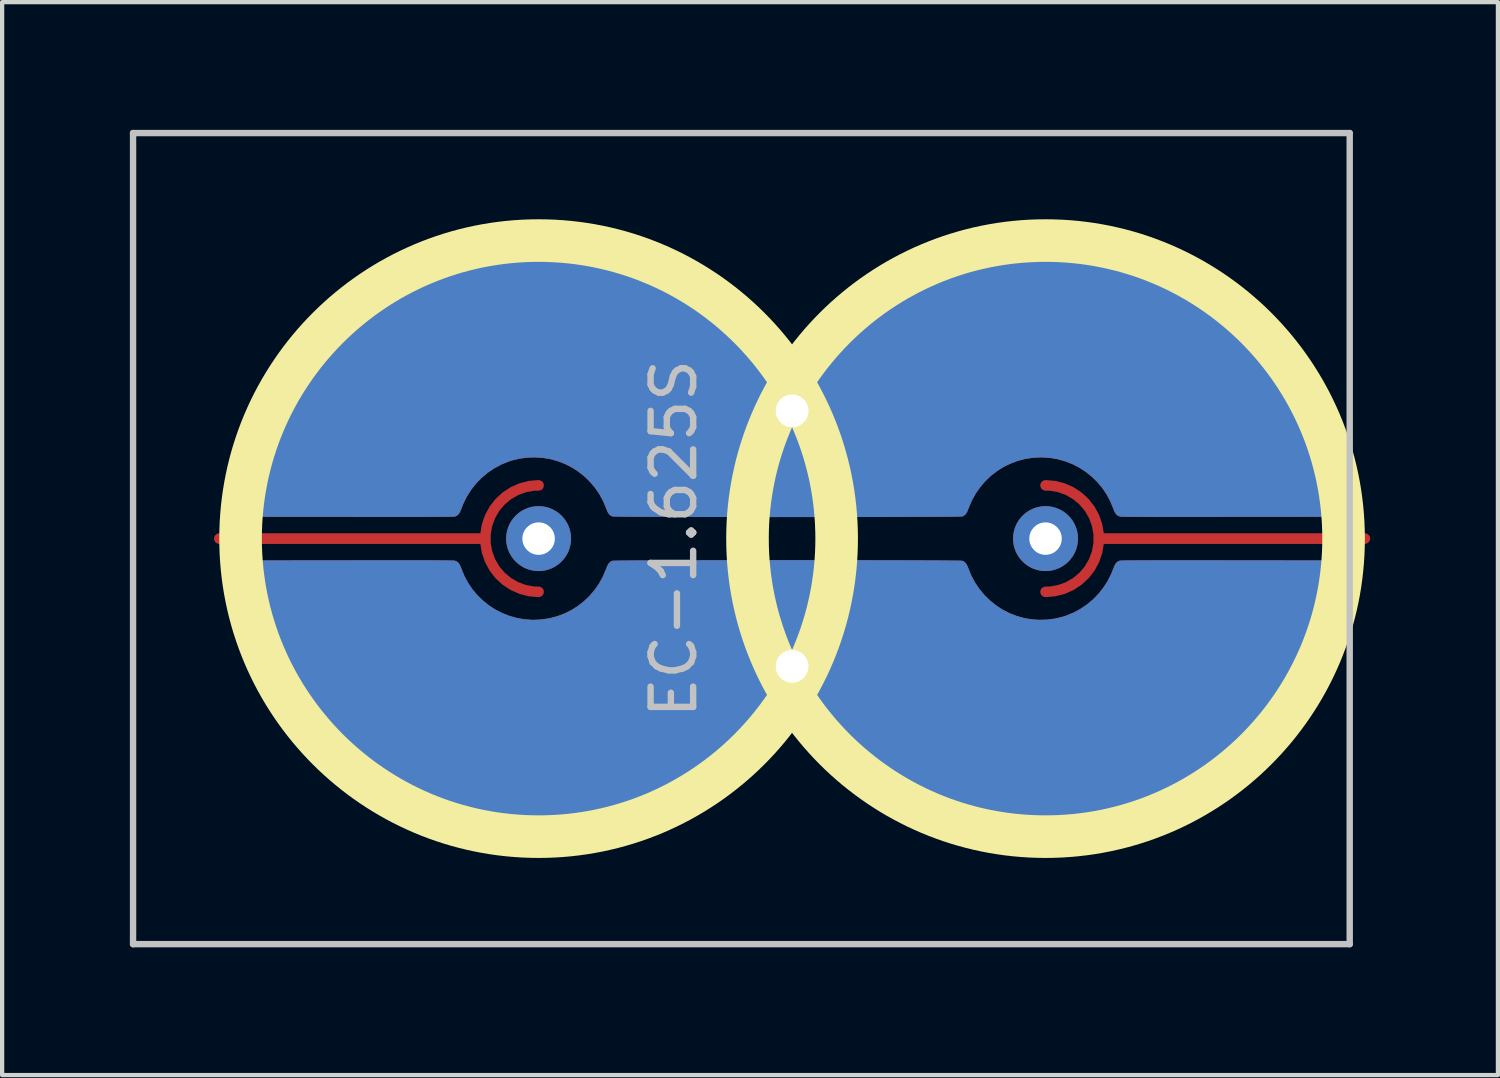
<source format=kicad_pcb>
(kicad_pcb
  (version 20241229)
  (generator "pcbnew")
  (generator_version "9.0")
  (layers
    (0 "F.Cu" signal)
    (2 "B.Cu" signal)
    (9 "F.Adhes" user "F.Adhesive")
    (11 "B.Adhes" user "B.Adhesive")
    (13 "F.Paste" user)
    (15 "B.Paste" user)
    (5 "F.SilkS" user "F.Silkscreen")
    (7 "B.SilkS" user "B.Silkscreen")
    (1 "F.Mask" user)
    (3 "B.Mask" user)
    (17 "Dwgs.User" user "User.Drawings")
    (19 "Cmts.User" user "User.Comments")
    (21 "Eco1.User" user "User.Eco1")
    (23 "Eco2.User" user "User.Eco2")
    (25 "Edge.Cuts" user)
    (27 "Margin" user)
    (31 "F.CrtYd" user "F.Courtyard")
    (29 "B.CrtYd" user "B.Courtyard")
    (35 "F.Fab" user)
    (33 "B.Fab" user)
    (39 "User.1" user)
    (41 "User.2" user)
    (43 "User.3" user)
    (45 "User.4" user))
  (footprint "EC-1.625S"
    (layer "F.Cu")
    (at 9.6 9.6)
    (property "Reference" "EC-1.625S" (at 3.175 0 90) (layer "Dwgs.User") (effects (font (size 1 1) (thickness 0.15))))
    (attr through_hole)
    (fp_circle (center 0 0) (end 7 0) (stroke (width 1) (type solid)) (fill no) (layer "F.SilkS"))
    (fp_circle (center 11.906 0) (end 18.906 0) (stroke (width 1) (type solid)) (fill no) (layer "F.SilkS"))
    (fp_line (start -9.525 -9.525) (end 19.05 -9.525) (stroke (width 0.15) (type solid)) (layer "Dwgs.User"))
    (fp_line (start -9.525 9.525) (end -9.525 -9.525) (stroke (width 0.15) (type solid)) (layer "Dwgs.User"))
    (fp_line (start 19.05 -9.525) (end 19.05 9.525) (stroke (width 0.15) (type solid)) (layer "Dwgs.User"))
    (fp_line (start 19.05 9.525) (end -9.525 9.525) (stroke (width 0.15) (type solid)) (layer "Dwgs.User"))
    (pad "" thru_hole circle (at 0 0 90) (size 1.524 1.524) (drill 0.762) (layers "*.Cu" "B.Mask"))
    (pad "" thru_hole circle (at 11.906 0 90) (size 1.524 1.524) (drill 0.762) (layers "*.Cu" "B.Mask"))
    (pad "1" thru_hole circle (at 5.953 -3 90) (size 1.524 1.524) (drill 0.762) (layers "*.Cu" "B.Mask"))
    (pad "1" thru_hole custom (at 5.953 -3) (size 1.524 1.524) (drill 0.762) (layers "F.Cu") (options (anchor circle)) (primitives (gr_poly (pts (xy -0.475 2.494) (xy -0.723 2.494) (xy -0.968 2.494) (xy -1.211 2.493) (xy -1.45 2.493) (xy -1.685 2.493) (xy -1.915 2.493) (xy -2.138 2.492) (xy -2.354 2.492) (xy -2.563 2.491) (xy -2.763 2.491) (xy -2.954 2.49) (xy -3.135 2.49) (xy -3.304 2.489) (xy -3.462 2.488) (xy -3.607 2.488) (xy -3.739 2.487) (xy -3.857 2.486) (xy -3.959 2.485) (xy -4.046 2.484) (xy -4.116 2.483) (xy -4.168 2.483) (xy -4.203 2.481) (xy -4.218 2.48) (xy -4.218 2.48) (xy -4.262 2.46) (xy -4.299 2.427) (xy -4.331 2.379) (xy -4.359 2.314) (xy -4.363 2.302) (xy -4.433 2.13) (xy -4.521 1.966) (xy -4.625 1.813) (xy -4.745 1.67) (xy -4.879 1.54) (xy -5.027 1.423) (xy -5.161 1.336) (xy -5.325 1.251) (xy -5.497 1.184) (xy -5.674 1.134) (xy -5.855 1.104) (xy -6.039 1.092) (xy -6.223 1.098) (xy -6.406 1.123) (xy -6.586 1.167) (xy -6.661 1.192) (xy -6.834 1.263) (xy -6.997 1.351) (xy -7.15 1.455) (xy -7.292 1.574) (xy -7.421 1.707) (xy -7.535 1.852) (xy -7.635 2.008) (xy -7.718 2.175) (xy -7.768 2.302) (xy -7.796 2.37) (xy -7.826 2.42) (xy -7.862 2.455) (xy -7.904 2.477) (xy -7.918 2.481) (xy -7.927 2.482) (xy -7.945 2.484) (xy -7.972 2.485) (xy -8.008 2.486) (xy -8.055 2.487) (xy -8.113 2.488) (xy -8.183 2.488) (xy -8.264 2.489) (xy -8.359 2.49) (xy -8.466 2.49) (xy -8.588 2.49) (xy -8.724 2.491) (xy -8.875 2.491) (xy -9.042 2.491) (xy -9.226 2.491) (xy -9.426 2.491) (xy -9.644 2.491) (xy -9.88 2.491) (xy -10.135 2.491) (xy -10.41 2.49) (xy -10.429 2.49) (xy -12.896 2.488) (xy -12.94 2.463) (xy -12.982 2.428) (xy -13.016 2.381) (xy -13.036 2.327) (xy -13.036 2.327) (xy -13.037 2.304) (xy -13.035 2.264) (xy -13.031 2.21) (xy -13.025 2.145) (xy -13.016 2.07) (xy -13.006 1.99) (xy -12.994 1.906) (xy -12.982 1.821) (xy -12.971 1.751) (xy -12.901 1.386) (xy -12.812 1.027) (xy -12.704 0.675) (xy -12.579 0.329) (xy -12.436 -0.008) (xy -12.275 -0.337) (xy -12.099 -0.657) (xy -11.905 -0.967) (xy -11.696 -1.267) (xy -11.472 -1.555) (xy -11.232 -1.832) (xy -10.978 -2.096) (xy -10.71 -2.347) (xy -10.428 -2.584) (xy -10.133 -2.806) (xy -9.932 -2.944) (xy -9.612 -3.144) (xy -9.284 -3.326) (xy -8.949 -3.488) (xy -8.607 -3.633) (xy -8.257 -3.758) (xy -7.902 -3.865) (xy -7.54 -3.953) (xy -7.172 -4.022) (xy -6.799 -4.071) (xy -6.786 -4.072) (xy -6.416 -4.101) (xy -6.045 -4.109) (xy -5.674 -4.098) (xy -5.304 -4.068) (xy -4.936 -4.017) (xy -4.57 -3.947) (xy -4.209 -3.858) (xy -3.851 -3.749) (xy -3.797 -3.731) (xy -3.449 -3.601) (xy -3.109 -3.454) (xy -2.777 -3.288) (xy -2.456 -3.106) (xy -2.144 -2.907) (xy -1.844 -2.691) (xy -1.555 -2.46) (xy -1.278 -2.214) (xy -1.014 -1.953) (xy -0.764 -1.678) (xy -0.592 -1.471) (xy -0.545 -1.411) (xy -0.493 -1.343) (xy -0.442 -1.274) (xy -0.395 -1.211) (xy -0.377 -1.185) (xy -0.335 -1.126) (xy -0.302 -1.08) (xy -0.276 -1.047) (xy -0.257 -1.023) (xy -0.24 -1.006) (xy -0.225 -0.995) (xy -0.21 -0.986) (xy -0.196 -0.979) (xy -0.142 -0.964) (xy -0.085 -0.963) (xy -0.031 -0.977) (xy 0.016 -1.004) (xy 0.035 -1.021) (xy 0.047 -1.037) (xy 0.069 -1.066) (xy 0.097 -1.105) (xy 0.13 -1.151) (xy 0.154 -1.184) (xy 0.358 -1.457) (xy 0.579 -1.722) (xy 0.817 -1.979) (xy 1.069 -2.226) (xy 1.333 -2.46) (xy 1.607 -2.681) (xy 1.68 -2.736) (xy 1.985 -2.95) (xy 2.301 -3.147) (xy 2.626 -3.326) (xy 2.96 -3.488) (xy 3.304 -3.632) (xy 3.658 -3.759) (xy 4.021 -3.868) (xy 4.168 -3.906) (xy 4.487 -3.978) (xy 4.815 -4.034) (xy 5.15 -4.075) (xy 5.488 -4.101) (xy 5.824 -4.11) (xy 6.155 -4.103) (xy 6.194 -4.102) (xy 6.566 -4.072) (xy 6.934 -4.024) (xy 7.297 -3.957) (xy 7.654 -3.871) (xy 8.006 -3.766) (xy 8.351 -3.644) (xy 8.688 -3.504) (xy 9.018 -3.348) (xy 9.338 -3.174) (xy 9.649 -2.984) (xy 9.951 -2.777) (xy 10.241 -2.555) (xy 10.52 -2.318) (xy 10.787 -2.065) (xy 11.041 -1.798) (xy 11.281 -1.516) (xy 11.436 -1.317) (xy 11.653 -1.013) (xy 11.852 -0.699) (xy 12.034 -0.375) (xy 12.198 -0.042) (xy 12.345 0.299) (xy 12.473 0.647) (xy 12.582 1.001) (xy 12.673 1.362) (xy 12.745 1.727) (xy 12.764 1.846) (xy 12.777 1.938) (xy 12.789 2.026) (xy 12.799 2.108) (xy 12.806 2.18) (xy 12.812 2.241) (xy 12.814 2.289) (xy 12.814 2.32) (xy 12.813 2.327) (xy 12.794 2.38) (xy 12.76 2.428) (xy 12.718 2.462) (xy 12.717 2.463) (xy 12.674 2.488) (xy 10.207 2.49) (xy 9.931 2.491) (xy 9.675 2.491) (xy 9.438 2.491) (xy 9.218 2.491) (xy 9.017 2.491) (xy 8.832 2.491) (xy 8.664 2.491) (xy 8.512 2.491) (xy 8.374 2.491) (xy 8.252 2.49) (xy 8.143 2.49) (xy 8.048 2.489) (xy 7.966 2.488) (xy 7.895 2.488) (xy 7.837 2.487) (xy 7.789 2.486) (xy 7.752 2.485) (xy 7.724 2.484) (xy 7.706 2.483) (xy 7.696 2.481) (xy 7.696 2.481) (xy 7.651 2.462) (xy 7.614 2.432) (xy 7.582 2.386) (xy 7.554 2.324) (xy 7.546 2.302) (xy 7.475 2.129) (xy 7.389 1.966) (xy 7.286 1.814) (xy 7.17 1.674) (xy 7.041 1.548) (xy 6.9 1.435) (xy 6.749 1.336) (xy 6.588 1.253) (xy 6.42 1.187) (xy 6.244 1.137) (xy 6.062 1.105) (xy 5.876 1.092) (xy 5.844 1.092) (xy 5.656 1.102) (xy 5.472 1.13) (xy 5.295 1.177) (xy 5.125 1.241) (xy 4.963 1.321) (xy 4.81 1.418) (xy 4.667 1.529) (xy 4.536 1.654) (xy 4.418 1.793) (xy 4.313 1.944) (xy 4.223 2.107) (xy 4.149 2.281) (xy 4.141 2.302) (xy 4.113 2.37) (xy 4.082 2.421) (xy 4.046 2.456) (xy 4.004 2.478) (xy 3.996 2.48) (xy 3.982 2.481) (xy 3.949 2.482) (xy 3.898 2.483) (xy 3.83 2.484) (xy 3.744 2.485) (xy 3.643 2.486) (xy 3.526 2.487) (xy 3.396 2.488) (xy 3.251 2.488) (xy 3.094 2.489) (xy 2.925 2.49) (xy 2.746 2.49) (xy 2.555 2.491) (xy 2.356 2.491) (xy 2.148 2.492) (xy 1.932 2.492) (xy 1.709 2.493) (xy 1.48 2.493) (xy 1.246 2.493) (xy 1.007 2.493) (xy 0.764 2.494) (xy 0.519 2.494) (xy 0.272 2.494) (xy 0.023 2.494) (xy -0.226 2.494) (xy -0.475 2.494)) (width 0) (fill yes))))
    (pad "2" thru_hole circle (at 5.953 3 90) (size 1.524 1.524) (drill 0.762) (layers "*.Cu" "B.Mask"))
    (pad "2" thru_hole custom (at 5.953 3) (size 1.524 1.524) (drill 0.762) (layers "F.Cu") (options (anchor circle)) (primitives (gr_poly (pts (xy 0.253 -2.494) (xy 0.501 -2.494) (xy 0.746 -2.494) (xy 0.989 -2.493) (xy 1.228 -2.493) (xy 1.463 -2.493) (xy 1.692 -2.493) (xy 1.916 -2.492) (xy 2.132 -2.492) (xy 2.341 -2.491) (xy 2.541 -2.491) (xy 2.732 -2.49) (xy 2.912 -2.49) (xy 3.082 -2.489) (xy 3.24 -2.488) (xy 3.385 -2.488) (xy 3.517 -2.487) (xy 3.635 -2.486) (xy 3.737 -2.485) (xy 3.824 -2.484) (xy 3.894 -2.483) (xy 3.946 -2.483) (xy 3.98 -2.481) (xy 3.995 -2.48) (xy 3.996 -2.48) (xy 4.04 -2.46) (xy 4.077 -2.427) (xy 4.108 -2.379) (xy 4.137 -2.314) (xy 4.141 -2.302) (xy 4.211 -2.13) (xy 4.299 -1.966) (xy 4.403 -1.813) (xy 4.523 -1.67) (xy 4.657 -1.54) (xy 4.805 -1.423) (xy 4.939 -1.336) (xy 5.103 -1.251) (xy 5.275 -1.184) (xy 5.452 -1.134) (xy 5.633 -1.104) (xy 5.817 -1.092) (xy 6.001 -1.098) (xy 6.184 -1.123) (xy 6.364 -1.167) (xy 6.439 -1.192) (xy 6.612 -1.263) (xy 6.775 -1.351) (xy 6.928 -1.455) (xy 7.07 -1.574) (xy 7.198 -1.707) (xy 7.313 -1.852) (xy 7.413 -2.008) (xy 7.496 -2.175) (xy 7.546 -2.302) (xy 7.574 -2.37) (xy 7.604 -2.42) (xy 7.639 -2.455) (xy 7.681 -2.477) (xy 7.696 -2.481) (xy 7.705 -2.482) (xy 7.723 -2.484) (xy 7.75 -2.485) (xy 7.786 -2.486) (xy 7.833 -2.487) (xy 7.891 -2.488) (xy 7.96 -2.488) (xy 8.042 -2.489) (xy 8.136 -2.49) (xy 8.244 -2.49) (xy 8.366 -2.49) (xy 8.502 -2.491) (xy 8.653 -2.491) (xy 8.82 -2.491) (xy 9.004 -2.491) (xy 9.204 -2.491) (xy 9.422 -2.491) (xy 9.658 -2.491) (xy 9.913 -2.491) (xy 10.187 -2.49) (xy 10.207 -2.49) (xy 12.674 -2.488) (xy 12.717 -2.463) (xy 12.76 -2.428) (xy 12.793 -2.381) (xy 12.813 -2.327) (xy 12.814 -2.327) (xy 12.815 -2.304) (xy 12.813 -2.264) (xy 12.809 -2.21) (xy 12.802 -2.145) (xy 12.794 -2.07) (xy 12.784 -1.99) (xy 12.772 -1.906) (xy 12.76 -1.821) (xy 12.749 -1.751) (xy 12.678 -1.386) (xy 12.589 -1.027) (xy 12.482 -0.675) (xy 12.357 -0.329) (xy 12.213 0.008) (xy 12.053 0.337) (xy 11.876 0.657) (xy 11.683 0.967) (xy 11.474 1.267) (xy 11.249 1.555) (xy 11.01 1.832) (xy 10.756 2.096) (xy 10.488 2.347) (xy 10.206 2.584) (xy 9.91 2.806) (xy 9.709 2.944) (xy 9.39 3.144) (xy 9.062 3.326) (xy 8.727 3.488) (xy 8.384 3.633) (xy 8.035 3.758) (xy 7.679 3.865) (xy 7.318 3.953) (xy 6.95 4.022) (xy 6.577 4.071) (xy 6.564 4.072) (xy 6.194 4.101) (xy 5.822 4.109) (xy 5.451 4.098) (xy 5.081 4.068) (xy 4.713 4.017) (xy 4.348 3.947) (xy 3.986 3.858) (xy 3.629 3.749) (xy 3.575 3.731) (xy 3.227 3.601) (xy 2.886 3.454) (xy 2.555 3.288) (xy 2.233 3.106) (xy 1.922 2.907) (xy 1.621 2.691) (xy 1.332 2.46) (xy 1.056 2.214) (xy 0.792 1.953) (xy 0.541 1.678) (xy 0.37 1.471) (xy 0.323 1.411) (xy 0.271 1.343) (xy 0.219 1.274) (xy 0.173 1.211) (xy 0.155 1.185) (xy 0.112 1.126) (xy 0.08 1.08) (xy 0.054 1.047) (xy 0.034 1.023) (xy 0.018 1.006) (xy 0.003 0.995) (xy -0.012 0.986) (xy -0.026 0.979) (xy -0.08 0.964) (xy -0.137 0.963) (xy -0.192 0.977) (xy -0.239 1.004) (xy -0.257 1.021) (xy -0.27 1.037) (xy -0.291 1.066) (xy -0.32 1.105) (xy -0.352 1.151) (xy -0.376 1.184) (xy -0.58 1.457) (xy -0.802 1.722) (xy -1.039 1.979) (xy -1.291 2.226) (xy -1.555 2.46) (xy -1.83 2.681) (xy -1.903 2.736) (xy -2.208 2.95) (xy -2.523 3.147) (xy -2.848 3.326) (xy -3.182 3.488) (xy -3.527 3.632) (xy -3.88 3.759) (xy -4.243 3.868) (xy -4.39 3.906) (xy -4.709 3.978) (xy -5.038 4.034) (xy -5.373 4.075) (xy -5.71 4.101) (xy -6.046 4.11) (xy -6.377 4.103) (xy -6.416 4.102) (xy -6.788 4.072) (xy -7.156 4.024) (xy -7.519 3.957) (xy -7.877 3.871) (xy -8.228 3.766) (xy -8.573 3.644) (xy -8.911 3.504) (xy -9.24 3.348) (xy -9.561 3.174) (xy -9.872 2.984) (xy -10.173 2.777) (xy -10.463 2.555) (xy -10.742 2.318) (xy -11.009 2.065) (xy -11.263 1.798) (xy -11.504 1.516) (xy -11.659 1.317) (xy -11.875 1.013) (xy -12.074 0.699) (xy -12.256 0.375) (xy -12.42 0.042) (xy -12.567 -0.299) (xy -12.695 -0.647) (xy -12.805 -1.001) (xy -12.895 -1.362) (xy -12.967 -1.727) (xy -12.986 -1.846) (xy -12.999 -1.938) (xy -13.011 -2.026) (xy -13.021 -2.108) (xy -13.029 -2.18) (xy -13.034 -2.241) (xy -13.037 -2.289) (xy -13.037 -2.32) (xy -13.036 -2.327) (xy -13.016 -2.38) (xy -12.983 -2.428) (xy -12.94 -2.462) (xy -12.94 -2.463) (xy -12.896 -2.488) (xy -10.429 -2.49) (xy -10.154 -2.491) (xy -9.897 -2.491) (xy -9.66 -2.491) (xy -9.441 -2.491) (xy -9.239 -2.491) (xy -9.055 -2.491) (xy -8.886 -2.491) (xy -8.734 -2.491) (xy -8.597 -2.491) (xy -8.474 -2.49) (xy -8.365 -2.49) (xy -8.27 -2.489) (xy -8.188 -2.488) (xy -8.118 -2.488) (xy -8.059 -2.487) (xy -8.011 -2.486) (xy -7.974 -2.485) (xy -7.946 -2.484) (xy -7.928 -2.483) (xy -7.918 -2.481) (xy -7.918 -2.481) (xy -7.873 -2.462) (xy -7.836 -2.432) (xy -7.805 -2.386) (xy -7.776 -2.324) (xy -7.768 -2.302) (xy -7.698 -2.129) (xy -7.611 -1.966) (xy -7.509 -1.814) (xy -7.393 -1.674) (xy -7.263 -1.548) (xy -7.123 -1.435) (xy -6.971 -1.336) (xy -6.811 -1.253) (xy -6.642 -1.187) (xy -6.466 -1.137) (xy -6.284 -1.105) (xy -6.098 -1.092) (xy -6.066 -1.092) (xy -5.878 -1.102) (xy -5.695 -1.13) (xy -5.517 -1.177) (xy -5.347 -1.241) (xy -5.185 -1.321) (xy -5.032 -1.418) (xy -4.89 -1.529) (xy -4.759 -1.654) (xy -4.64 -1.793) (xy -4.535 -1.944) (xy -4.445 -2.107) (xy -4.371 -2.281) (xy -4.364 -2.302) (xy -4.335 -2.37) (xy -4.304 -2.421) (xy -4.268 -2.456) (xy -4.226 -2.478) (xy -4.218 -2.48) (xy -4.204 -2.481) (xy -4.172 -2.482) (xy -4.121 -2.483) (xy -4.052 -2.484) (xy -3.966 -2.485) (xy -3.865 -2.486) (xy -3.749 -2.487) (xy -3.618 -2.488) (xy -3.473 -2.488) (xy -3.317 -2.489) (xy -3.148 -2.49) (xy -2.968 -2.49) (xy -2.778 -2.491) (xy -2.578 -2.491) (xy -2.37 -2.492) (xy -2.154 -2.492) (xy -1.931 -2.493) (xy -1.702 -2.493) (xy -1.468 -2.493) (xy -1.229 -2.493) (xy -0.987 -2.494) (xy -0.741 -2.494) (xy -0.494 -2.494) (xy -0.245 -2.494) (xy 0.004 -2.494) (xy 0.253 -2.494)) (width 0) (fill yes))))
    (pad "3" smd custom (at -7.5 0 90) (size 0.25 0.25) (layers "F.Cu") (options (anchor circle)) (primitives (gr_line (start 0 6.25) (end 0 0) (width 0.25)) (gr_arc (start -1.25 7.5) (mid 0 6.25) (end 1.25 7.5) (width 0.25))))
    (pad "3" smd custom (at 19.406 0 270) (size 0.25 0.25) (layers "F.Cu") (options (anchor circle)) (primitives (gr_line (start 0 6.25) (end 0 0) (width 0.25)) (gr_arc (start -1.25 7.5) (mid 0 6.25) (end 1.25 7.5) (width 0.25)))))
  (gr_rect
    (start -3 -3)
    (end 32.131 22.2)
    (stroke (width 0.1) (type default))
    (fill no)
    (layer "Edge.Cuts")))
</source>
